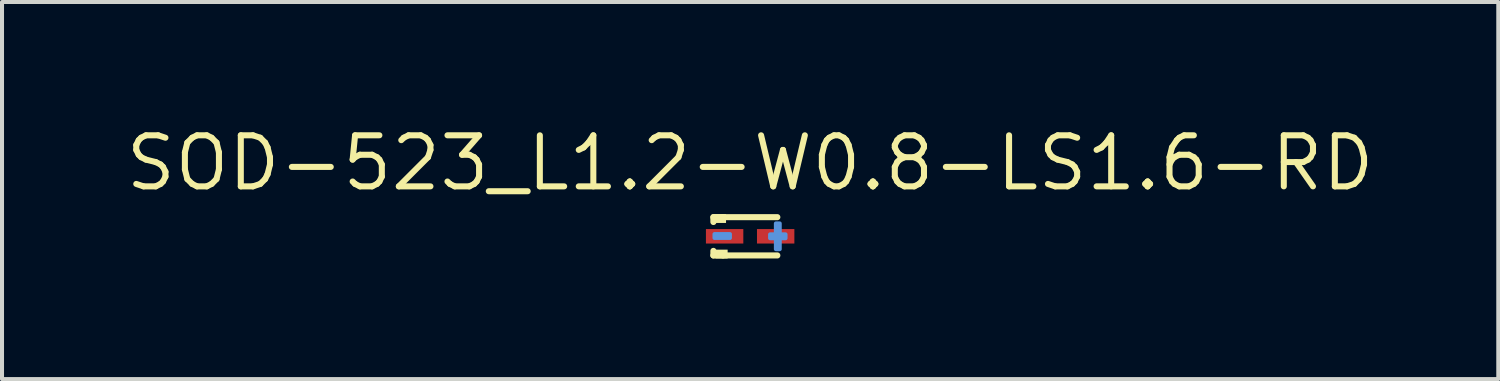
<source format=kicad_pcb>
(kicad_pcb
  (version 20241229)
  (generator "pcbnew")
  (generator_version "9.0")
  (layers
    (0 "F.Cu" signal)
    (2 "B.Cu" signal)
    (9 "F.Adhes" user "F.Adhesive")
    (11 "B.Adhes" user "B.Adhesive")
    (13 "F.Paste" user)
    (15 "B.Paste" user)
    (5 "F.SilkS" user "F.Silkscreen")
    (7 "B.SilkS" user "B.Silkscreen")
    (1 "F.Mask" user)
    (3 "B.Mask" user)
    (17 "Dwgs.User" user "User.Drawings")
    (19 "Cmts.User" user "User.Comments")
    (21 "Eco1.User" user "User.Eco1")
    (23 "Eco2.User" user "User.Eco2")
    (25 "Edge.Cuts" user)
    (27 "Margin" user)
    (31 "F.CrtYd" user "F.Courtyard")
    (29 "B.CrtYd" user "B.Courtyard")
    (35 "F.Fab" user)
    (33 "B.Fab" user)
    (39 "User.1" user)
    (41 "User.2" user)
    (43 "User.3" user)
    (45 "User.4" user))
  (footprint "SOD-523_L1.2-W0.8-LS1.6-RD"
    (layer "F.Cu")
    (at 15.61 2.828)
    (property "Reference" "SOD-523_L1.2-W0.8-LS1.6-RD" (at 0 -1.822 0) (layer "F.SilkS") (effects (font (size 1.27 1.27) (thickness 0.15))))
    (attr smd)
    (fp_line (start -0.914 -0.476) (end -0.914 -0.356) (stroke (width 0.152) (type solid)) (layer "F.SilkS"))
    (fp_line (start -0.914 0.363) (end -0.914 0.476) (stroke (width 0.152) (type solid)) (layer "F.SilkS"))
    (fp_line (start -0.914 0.476) (end -0.676 0.476) (stroke (width 0.152) (type solid)) (layer "F.SilkS"))
    (fp_line (start -0.676 -0.476) (end -0.914 -0.476) (stroke (width 0.152) (type solid)) (layer "F.SilkS"))
    (fp_line (start -0.676 -0.476) (end 0.676 -0.476) (stroke (width 0.152) (type solid)) (layer "F.SilkS"))
    (fp_line (start -0.676 0.476) (end 0.676 0.476) (stroke (width 0.152) (type solid)) (layer "F.SilkS"))
    (fp_poly (pts (xy -0.6 -0.552) (xy -0.6 -0.332) (xy -0.905 -0.332) (xy -0.905 -0.552)) (stroke (width 0) (type solid)) (fill yes) (layer "F.SilkS"))
    (fp_poly (pts (xy -0.56 0.552) (xy -0.56 0.332) (xy -0.864 0.332) (xy -0.864 0.552)) (stroke (width 0) (type solid)) (fill yes) (layer "F.SilkS"))
    (fp_poly (pts (xy -0.887 -0.055) (xy -0.887 0.041) (xy -0.503 0.041) (xy -0.503 -0.055)) (stroke (width 0.1) (type solid)) (fill no) (layer "Cmts.User"))
    (fp_poly (pts (xy 0.736 -0.32) (xy 0.736 0.32) (xy 0.64 0.32) (xy 0.64 -0.32)) (stroke (width 0.1) (type solid)) (fill no) (layer "Cmts.User"))
    (fp_poly (pts (xy 0.88 -0.048) (xy 0.88 0.048) (xy 0.496 0.048) (xy 0.496 -0.048)) (stroke (width 0.1) (type solid)) (fill no) (layer "Cmts.User"))
    (fp_text user "" (at 0 0 0) (layer "Cmts.User") (effects (font (size 1 1) (thickness 0.15))))
    (pad "1" smd rect (at -0.635 0 180) (size 0.93 0.36) (layers "F.Cu" "F.Mask" "F.Paste"))
    (pad "2" smd rect (at 0.635 0 180) (size 0.93 0.36) (layers "F.Cu" "F.Mask" "F.Paste")))
  (gr_rect
    (start -3 -3)
    (end 34.22 6.38)
    (stroke (width 0.1) (type default))
    (fill no)
    (layer "Edge.Cuts")))
</source>
